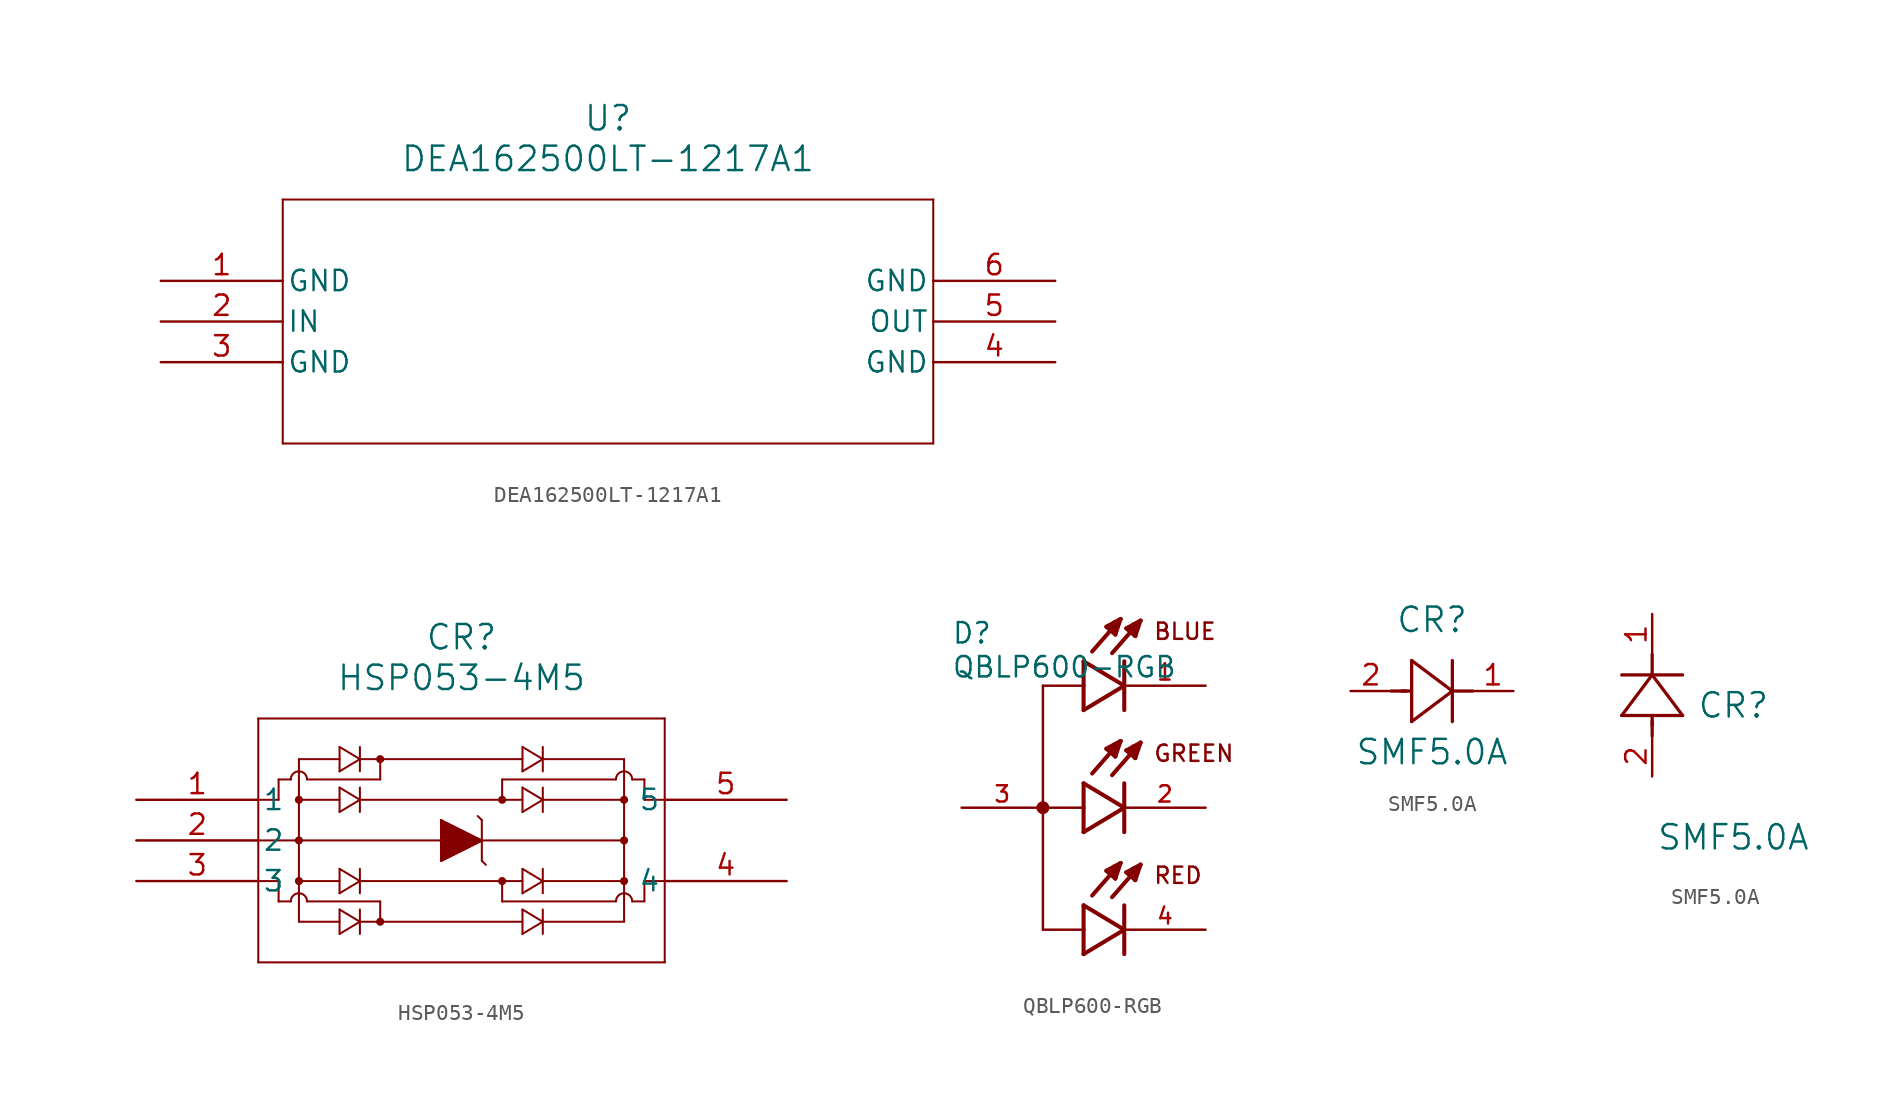
<source format=kicad_sym>
(kicad_symbol_lib
  (version 20220914)
  (generator kicad_symbol_editor)
  (symbol "DEA162500LT-1217A1"
    (pin_names
      (offset 0.254))
    (property "Reference" "U"
      (at 27.94 10.16 0)
      (effects (font (size 1.524 1.524))))
    (property "Value" "DEA162500LT-1217A1"
      (at 27.94 7.62 0)
      (effects (font (size 1.524 1.524))))
    (property "ki_locked" ""
      (at 0 0 0)
      (effects (font (size 1.27 1.27))))
    (symbol "DEA162500LT-1217A1_0_1"
      (polyline (pts (xy 7.62 -10.16) (xy 48.26 -10.16)) (stroke (width 0.127) (type default)) (fill (type none)))
      (polyline (pts (xy 7.62 5.08) (xy 7.62 -10.16)) (stroke (width 0.127) (type default)) (fill (type none)))
      (polyline (pts (xy 48.26 -10.16) (xy 48.26 5.08)) (stroke (width 0.127) (type default)) (fill (type none)))
      (polyline (pts (xy 48.26 5.08) (xy 7.62 5.08)) (stroke (width 0.127) (type default)) (fill (type none)))
      (pin power_in line (at 0 0 0) (length 7.62) (name "GND" (effects (font (size 1.27 1.27)))) (number "1" (effects (font (size 1.27 1.27)))))
      (pin input line (at 0 -2.54 0) (length 7.62) (name "IN" (effects (font (size 1.27 1.27)))) (number "2" (effects (font (size 1.27 1.27)))))
      (pin power_in line (at 0 -5.08 0) (length 7.62) (name "GND" (effects (font (size 1.27 1.27)))) (number "3" (effects (font (size 1.27 1.27)))))
      (pin power_in line (at 55.88 -5.08 180) (length 7.62) (name "GND" (effects (font (size 1.27 1.27)))) (number "4" (effects (font (size 1.27 1.27)))))
      (pin output line (at 55.88 -2.54 180) (length 7.62) (name "OUT" (effects (font (size 1.27 1.27)))) (number "5" (effects (font (size 1.27 1.27)))))
      (pin power_in line (at 55.88 0 180) (length 7.62) (name "GND" (effects (font (size 1.27 1.27)))) (number "6" (effects (font (size 1.27 1.27)))))))
  (symbol "HSP053-4M5"
    (pin_names
      (offset 0.254))
    (property "Reference" "CR"
      (at 20.32 10.16 0)
      (effects (font (size 1.524 1.524))))
    (property "Value" "HSP053-4M5"
      (at 20.32 7.62 0)
      (effects (font (size 1.524 1.524))))
    (property "ki_locked" ""
      (at 0 0 0)
      (effects (font (size 1.27 1.27))))
    (symbol "HSP053-4M5_0_1"
      (polyline (pts (xy 7.62 -10.16) (xy 33.02 -10.16)) (stroke (width 0.127) (type default)) (fill (type none)))
      (polyline (pts (xy 7.62 -5.08) (xy 8.89 -5.08)) (stroke (width 0.127) (type default)) (fill (type none)))
      (polyline (pts (xy 7.62 -2.54) (xy 30.48 -2.54)) (stroke (width 0.127) (type default)) (fill (type none)))
      (polyline (pts (xy 7.62 0) (xy 8.89 0)) (stroke (width 0.127) (type default)) (fill (type none)))
      (polyline (pts (xy 7.62 5.08) (xy 7.62 -10.16)) (stroke (width 0.127) (type default)) (fill (type none)))
      (polyline (pts (xy 8.89 -6.35) (xy 9.652 -6.35)) (stroke (width 0.127) (type default)) (fill (type none)))
      (polyline (pts (xy 8.89 -5.08) (xy 8.89 -6.35)) (stroke (width 0.127) (type default)) (fill (type none)))
      (polyline (pts (xy 8.89 0) (xy 8.89 1.27)) (stroke (width 0.127) (type default)) (fill (type none)))
      (polyline (pts (xy 8.89 1.27) (xy 9.652 1.27)) (stroke (width 0.127) (type default)) (fill (type none)))
      (polyline (pts (xy 10.16 -5.08) (xy 12.7 -5.08)) (stroke (width 0.127) (type default)) (fill (type none)))
      (polyline (pts (xy 10.16 2.54) (xy 10.16 -7.62)) (stroke (width 0.127) (type default)) (fill (type none)))
      (polyline (pts (xy 10.16 2.54) (xy 12.7 2.54)) (stroke (width 0.127) (type default)) (fill (type none)))
      (polyline (pts (xy 10.668 -6.35) (xy 15.24 -6.35)) (stroke (width 0.127) (type default)) (fill (type none)))
      (polyline (pts (xy 10.668 1.27) (xy 15.24 1.27)) (stroke (width 0.127) (type default)) (fill (type none)))
      (polyline (pts (xy 12.7 -8.382) (xy 13.97 -7.62)) (stroke (width 0.127) (type default)) (fill (type none)))
      (polyline (pts (xy 12.7 -7.62) (xy 10.16 -7.62)) (stroke (width 0.127) (type default)) (fill (type none)))
      (polyline (pts (xy 12.7 -6.858) (xy 12.7 -8.382)) (stroke (width 0.127) (type default)) (fill (type none)))
      (polyline (pts (xy 12.7 -5.842) (xy 13.97 -5.08)) (stroke (width 0.127) (type default)) (fill (type none)))
      (polyline (pts (xy 12.7 -4.318) (xy 12.7 -5.842)) (stroke (width 0.127) (type default)) (fill (type none)))
      (polyline (pts (xy 12.7 -0.762) (xy 13.97 0)) (stroke (width 0.127) (type default)) (fill (type none)))
      (polyline (pts (xy 12.7 0) (xy 10.16 0)) (stroke (width 0.127) (type default)) (fill (type none)))
      (polyline (pts (xy 12.7 0.762) (xy 12.7 -0.762)) (stroke (width 0.127) (type default)) (fill (type none)))
      (polyline (pts (xy 12.7 1.778) (xy 13.97 2.54)) (stroke (width 0.127) (type default)) (fill (type none)))
      (polyline (pts (xy 12.7 3.302) (xy 12.7 1.778)) (stroke (width 0.127) (type default)) (fill (type none)))
      (polyline (pts (xy 13.97 -7.62) (xy 12.7 -6.858)) (stroke (width 0.127) (type default)) (fill (type none)))
      (polyline (pts (xy 13.97 -7.62) (xy 24.13 -7.62)) (stroke (width 0.127) (type default)) (fill (type none)))
      (polyline (pts (xy 13.97 -6.858) (xy 13.97 -8.382)) (stroke (width 0.127) (type default)) (fill (type none)))
      (polyline (pts (xy 13.97 -5.08) (xy 12.7 -4.318)) (stroke (width 0.127) (type default)) (fill (type none)))
      (polyline (pts (xy 13.97 -5.08) (xy 24.13 -5.08)) (stroke (width 0.127) (type default)) (fill (type none)))
      (polyline (pts (xy 13.97 -4.318) (xy 13.97 -5.842)) (stroke (width 0.127) (type default)) (fill (type none)))
      (polyline (pts (xy 13.97 0) (xy 12.7 0.762)) (stroke (width 0.127) (type default)) (fill (type none)))
      (polyline (pts (xy 13.97 0) (xy 24.13 0)) (stroke (width 0.127) (type default)) (fill (type none)))
      (polyline (pts (xy 13.97 0.762) (xy 13.97 -0.762)) (stroke (width 0.127) (type default)) (fill (type none)))
      (polyline (pts (xy 13.97 2.54) (xy 12.7 3.302)) (stroke (width 0.127) (type default)) (fill (type none)))
      (polyline (pts (xy 13.97 2.54) (xy 24.13 2.54)) (stroke (width 0.127) (type default)) (fill (type none)))
      (polyline (pts (xy 13.97 3.302) (xy 13.97 1.778)) (stroke (width 0.127) (type default)) (fill (type none)))
      (polyline (pts (xy 15.24 -6.35) (xy 15.24 -7.62)) (stroke (width 0.127) (type default)) (fill (type none)))
      (polyline (pts (xy 15.24 1.27) (xy 15.24 2.54)) (stroke (width 0.127) (type default)) (fill (type none)))
      (polyline (pts (xy 19.05 -3.81) (xy 21.59 -2.54)) (stroke (width 0.127) (type default)) (fill (type none)))
      (polyline (pts (xy 19.05 -1.27) (xy 19.05 -3.81)) (stroke (width 0.127) (type default)) (fill (type none)))
      (polyline (pts (xy 21.59 -3.81) (xy 21.844 -4.064)) (stroke (width 0.127) (type default)) (fill (type none)))
      (polyline (pts (xy 21.59 -2.54) (xy 19.05 -1.27)) (stroke (width 0.127) (type default)) (fill (type none)))
      (polyline (pts (xy 21.59 -1.27) (xy 21.336 -1.016)) (stroke (width 0.127) (type default)) (fill (type none)))
      (polyline (pts (xy 21.59 -1.27) (xy 21.59 -3.81)) (stroke (width 0.127) (type default)) (fill (type none)))
      (polyline (pts (xy 22.86 -6.35) (xy 22.86 -5.08)) (stroke (width 0.127) (type default)) (fill (type none)))
      (polyline (pts (xy 22.86 -6.35) (xy 29.972 -6.35)) (stroke (width 0.127) (type default)) (fill (type none)))
      (polyline (pts (xy 22.86 1.27) (xy 22.86 0)) (stroke (width 0.127) (type default)) (fill (type none)))
      (polyline (pts (xy 22.86 1.27) (xy 29.972 1.27)) (stroke (width 0.127) (type default)) (fill (type none)))
      (polyline (pts (xy 24.13 -8.382) (xy 24.13 -6.858)) (stroke (width 0.127) (type default)) (fill (type none)))
      (polyline (pts (xy 24.13 -6.858) (xy 25.4 -7.62)) (stroke (width 0.127) (type default)) (fill (type none)))
      (polyline (pts (xy 24.13 -5.842) (xy 24.13 -4.318)) (stroke (width 0.127) (type default)) (fill (type none)))
      (polyline (pts (xy 24.13 -4.318) (xy 25.4 -5.08)) (stroke (width 0.127) (type default)) (fill (type none)))
      (polyline (pts (xy 24.13 -0.762) (xy 24.13 0.762)) (stroke (width 0.127) (type default)) (fill (type none)))
      (polyline (pts (xy 24.13 0.762) (xy 25.4 0)) (stroke (width 0.127) (type default)) (fill (type none)))
      (polyline (pts (xy 24.13 1.778) (xy 24.13 3.302)) (stroke (width 0.127) (type default)) (fill (type none)))
      (polyline (pts (xy 24.13 3.302) (xy 25.4 2.54)) (stroke (width 0.127) (type default)) (fill (type none)))
      (polyline (pts (xy 25.4 -8.382) (xy 25.4 -6.858)) (stroke (width 0.127) (type default)) (fill (type none)))
      (polyline (pts (xy 25.4 -7.62) (xy 24.13 -8.382)) (stroke (width 0.127) (type default)) (fill (type none)))
      (polyline (pts (xy 25.4 -7.62) (xy 30.48 -7.62)) (stroke (width 0.127) (type default)) (fill (type none)))
      (polyline (pts (xy 25.4 -5.842) (xy 25.4 -4.318)) (stroke (width 0.127) (type default)) (fill (type none)))
      (polyline (pts (xy 25.4 -5.08) (xy 24.13 -5.842)) (stroke (width 0.127) (type default)) (fill (type none)))
      (polyline (pts (xy 25.4 -5.08) (xy 30.48 -5.08)) (stroke (width 0.127) (type default)) (fill (type none)))
      (polyline (pts (xy 25.4 -0.762) (xy 25.4 0.762)) (stroke (width 0.127) (type default)) (fill (type none)))
      (polyline (pts (xy 25.4 0) (xy 24.13 -0.762)) (stroke (width 0.127) (type default)) (fill (type none)))
      (polyline (pts (xy 25.4 0) (xy 30.48 0)) (stroke (width 0.127) (type default)) (fill (type none)))
      (polyline (pts (xy 25.4 1.778) (xy 25.4 3.302)) (stroke (width 0.127) (type default)) (fill (type none)))
      (polyline (pts (xy 25.4 2.54) (xy 24.13 1.778)) (stroke (width 0.127) (type default)) (fill (type none)))
      (polyline (pts (xy 25.4 2.54) (xy 30.48 2.54)) (stroke (width 0.127) (type default)) (fill (type none)))
      (polyline (pts (xy 30.48 2.54) (xy 30.48 -7.62)) (stroke (width 0.127) (type default)) (fill (type none)))
      (polyline (pts (xy 31.75 -6.35) (xy 30.988 -6.35)) (stroke (width 0.127) (type default)) (fill (type none)))
      (polyline (pts (xy 31.75 -5.08) (xy 31.75 -6.35)) (stroke (width 0.127) (type default)) (fill (type none)))
      (polyline (pts (xy 31.75 0) (xy 31.75 1.27)) (stroke (width 0.127) (type default)) (fill (type none)))
      (polyline (pts (xy 31.75 1.27) (xy 30.988 1.27)) (stroke (width 0.127) (type default)) (fill (type none)))
      (polyline (pts (xy 33.02 -10.16) (xy 33.02 5.08)) (stroke (width 0.127) (type default)) (fill (type none)))
      (polyline (pts (xy 33.02 -5.08) (xy 31.75 -5.08)) (stroke (width 0.127) (type default)) (fill (type none)))
      (polyline (pts (xy 33.02 0) (xy 31.75 0)) (stroke (width 0.127) (type default)) (fill (type none)))
      (polyline (pts (xy 33.02 5.08) (xy 7.62 5.08)) (stroke (width 0.127) (type default)) (fill (type none)))
      (polyline (pts (xy 19.05 -1.27) (xy 19.05 -3.81) (xy 21.59 -2.54)) (stroke (width 0) (type default)) (fill (type outline)))
      (circle (center 10.16 -5.08) (radius 0.127) (stroke (width 0.254) (type default)) (fill (type none)))
      (circle (center 10.16 -2.54) (radius 0.127) (stroke (width 0.254) (type default)) (fill (type none)))
      (circle (center 10.16 0) (radius 0.127) (stroke (width 0.254) (type default)) (fill (type none)))
      (arc (start 10.668 -6.35) (mid 10.16 -5.8442) (end 9.652 -6.35) (stroke (width 0.127) (type default)) (fill (type none)))
      (arc (start 10.668 1.27) (mid 10.16 1.7758) (end 9.652 1.27) (stroke (width 0.127) (type default)) (fill (type none)))
      (circle (center 15.24 -7.62) (radius 0.127) (stroke (width 0.254) (type default)) (fill (type none)))
      (circle (center 15.24 2.54) (radius 0.127) (stroke (width 0.254) (type default)) (fill (type none)))
      (circle (center 22.86 -5.08) (radius 0.127) (stroke (width 0.254) (type default)) (fill (type none)))
      (circle (center 22.86 0) (radius 0.127) (stroke (width 0.254) (type default)) (fill (type none)))
      (circle (center 30.48 -5.08) (radius 0.127) (stroke (width 0.254) (type default)) (fill (type none)))
      (circle (center 30.48 -2.54) (radius 0.127) (stroke (width 0.254) (type default)) (fill (type none)))
      (circle (center 30.48 0) (radius 0.127) (stroke (width 0.254) (type default)) (fill (type none)))
      (arc (start 30.988 -6.35) (mid 30.48 -5.8442) (end 29.972 -6.35) (stroke (width 0.127) (type default)) (fill (type none)))
      (arc (start 30.988 1.27) (mid 30.48 1.7758) (end 29.972 1.27) (stroke (width 0.127) (type default)) (fill (type none)))
      (pin unspecified line (at 0 0 0) (length 7.62) (name "1" (effects (font (size 1.27 1.27)))) (number "1" (effects (font (size 1.27 1.27)))))
      (pin unspecified line (at 0 -2.54 0) (length 7.62) (name "2" (effects (font (size 1.27 1.27)))) (number "2" (effects (font (size 1.27 1.27)))))
      (pin unspecified line (at 0 -5.08 0) (length 7.62) (name "3" (effects (font (size 1.27 1.27)))) (number "3" (effects (font (size 1.27 1.27)))))
      (pin unspecified line (at 40.64 -5.08 180) (length 7.62) (name "4" (effects (font (size 1.27 1.27)))) (number "4" (effects (font (size 1.27 1.27)))))
      (pin unspecified line (at 40.64 0 180) (length 7.62) (name "5" (effects (font (size 1.27 1.27)))) (number "5" (effects (font (size 1.27 1.27)))))))
  (symbol "QBLP600-RGB"
    (pin_names
      (offset 1.016))
    (property "Reference" "D"
      (at -8.255 10.16 0)
      (effects (font (size 1.27 1.27)) (justify left bottom)))
    (property "Value" "QBLP600-RGB"
      (at -8.255 9.525 0)
      (effects (font (size 1.27 1.27)) (justify left top)))
    (symbol "QBLP600-RGB_0_0"
      (circle (center -2.54 0) (radius 0.203) (stroke (width 0.406) (type default)) (fill (type none)))
      (polyline (pts (xy -2.54 -7.62) (xy 0 -7.62)) (stroke (width 0.152) (type default)) (fill (type none)))
      (polyline (pts (xy -2.54 0) (xy -2.54 -7.62)) (stroke (width 0.152) (type default)) (fill (type none)))
      (polyline (pts (xy -2.54 7.62) (xy -2.54 0)) (stroke (width 0.152) (type default)) (fill (type none)))
      (polyline (pts (xy 0 -9.144) (xy 2.54 -7.62)) (stroke (width 0.254) (type default)) (fill (type none)))
      (polyline (pts (xy 0 -7.62) (xy 0 -9.144)) (stroke (width 0.254) (type default)) (fill (type none)))
      (polyline (pts (xy 0 -6.096) (xy 0 -7.62)) (stroke (width 0.254) (type default)) (fill (type none)))
      (polyline (pts (xy 0 -1.524) (xy 2.54 0)) (stroke (width 0.254) (type default)) (fill (type none)))
      (polyline (pts (xy 0 0) (xy -2.54 0)) (stroke (width 0.152) (type default)) (fill (type none)))
      (polyline (pts (xy 0 0) (xy 0 -1.524)) (stroke (width 0.254) (type default)) (fill (type none)))
      (polyline (pts (xy 0 1.524) (xy 0 0)) (stroke (width 0.254) (type default)) (fill (type none)))
      (polyline (pts (xy 0 6.096) (xy 2.54 7.62)) (stroke (width 0.254) (type default)) (fill (type none)))
      (polyline (pts (xy 0 7.62) (xy -2.54 7.62)) (stroke (width 0.152) (type default)) (fill (type none)))
      (polyline (pts (xy 0 7.62) (xy 0 6.096)) (stroke (width 0.254) (type default)) (fill (type none)))
      (polyline (pts (xy 0 9.144) (xy 0 7.62)) (stroke (width 0.254) (type default)) (fill (type none)))
      (polyline (pts (xy 1.422 -3.937) (xy 2.311 -3.454)) (stroke (width 0.254) (type default)) (fill (type none)))
      (polyline (pts (xy 1.422 3.683) (xy 2.311 4.166)) (stroke (width 0.254) (type default)) (fill (type none)))
      (polyline (pts (xy 1.422 11.303) (xy 2.311 11.786)) (stroke (width 0.254) (type default)) (fill (type none)))
      (polyline (pts (xy 1.6 -4.013) (xy 1.829 -3.861)) (stroke (width 0.254) (type default)) (fill (type none)))
      (polyline (pts (xy 1.6 3.607) (xy 1.829 3.759)) (stroke (width 0.254) (type default)) (fill (type none)))
      (polyline (pts (xy 1.6 11.227) (xy 1.829 11.379)) (stroke (width 0.254) (type default)) (fill (type none)))
      (polyline (pts (xy 1.981 -4.42) (xy 1.422 -3.937)) (stroke (width 0.254) (type default)) (fill (type none)))
      (polyline (pts (xy 1.981 -4.42) (xy 2.007 -3.683)) (stroke (width 0.254) (type default)) (fill (type none)))
      (polyline (pts (xy 1.981 3.2) (xy 1.422 3.683)) (stroke (width 0.254) (type default)) (fill (type none)))
      (polyline (pts (xy 1.981 3.2) (xy 2.007 3.937)) (stroke (width 0.254) (type default)) (fill (type none)))
      (polyline (pts (xy 1.981 10.82) (xy 1.422 11.303)) (stroke (width 0.254) (type default)) (fill (type none)))
      (polyline (pts (xy 1.981 10.82) (xy 2.007 11.557)) (stroke (width 0.254) (type default)) (fill (type none)))
      (polyline (pts (xy 2.007 -3.683) (xy 1.88 -3.683)) (stroke (width 0.254) (type default)) (fill (type none)))
      (polyline (pts (xy 2.007 3.937) (xy 1.88 3.937)) (stroke (width 0.254) (type default)) (fill (type none)))
      (polyline (pts (xy 2.007 11.557) (xy 1.88 11.557)) (stroke (width 0.254) (type default)) (fill (type none)))
      (polyline (pts (xy 2.311 -3.454) (xy 0.533 -5.486)) (stroke (width 0.254) (type default)) (fill (type none)))
      (polyline (pts (xy 2.311 -3.454) (xy 1.981 -4.42)) (stroke (width 0.254) (type default)) (fill (type none)))
      (polyline (pts (xy 2.311 4.166) (xy 0.533 2.134)) (stroke (width 0.254) (type default)) (fill (type none)))
      (polyline (pts (xy 2.311 4.166) (xy 1.981 3.2)) (stroke (width 0.254) (type default)) (fill (type none)))
      (polyline (pts (xy 2.311 11.786) (xy 0.533 9.754)) (stroke (width 0.254) (type default)) (fill (type none)))
      (polyline (pts (xy 2.311 11.786) (xy 1.981 10.82)) (stroke (width 0.254) (type default)) (fill (type none)))
      (polyline (pts (xy 2.54 -7.62) (xy 0 -6.096)) (stroke (width 0.254) (type default)) (fill (type none)))
      (polyline (pts (xy 2.54 -6.096) (xy 2.54 -9.144)) (stroke (width 0.254) (type default)) (fill (type none)))
      (polyline (pts (xy 2.54 0) (xy 0 1.524)) (stroke (width 0.254) (type default)) (fill (type none)))
      (polyline (pts (xy 2.54 1.524) (xy 2.54 -1.524)) (stroke (width 0.254) (type default)) (fill (type none)))
      (polyline (pts (xy 2.54 7.62) (xy 0 9.144)) (stroke (width 0.254) (type default)) (fill (type none)))
      (polyline (pts (xy 2.54 9.144) (xy 2.54 6.096)) (stroke (width 0.254) (type default)) (fill (type none)))
      (polyline (pts (xy 2.667 -4.039) (xy 3.556 -3.556)) (stroke (width 0.254) (type default)) (fill (type none)))
      (polyline (pts (xy 2.667 3.581) (xy 3.556 4.064)) (stroke (width 0.254) (type default)) (fill (type none)))
      (polyline (pts (xy 2.667 11.201) (xy 3.556 11.684)) (stroke (width 0.254) (type default)) (fill (type none)))
      (polyline (pts (xy 2.845 -4.115) (xy 3.073 -3.962)) (stroke (width 0.254) (type default)) (fill (type none)))
      (polyline (pts (xy 2.845 3.505) (xy 3.073 3.658)) (stroke (width 0.254) (type default)) (fill (type none)))
      (polyline (pts (xy 2.845 11.125) (xy 3.073 11.278)) (stroke (width 0.254) (type default)) (fill (type none)))
      (polyline (pts (xy 3.226 -4.521) (xy 2.667 -4.039)) (stroke (width 0.254) (type default)) (fill (type none)))
      (polyline (pts (xy 3.226 -4.521) (xy 3.251 -3.785)) (stroke (width 0.254) (type default)) (fill (type none)))
      (polyline (pts (xy 3.226 3.099) (xy 2.667 3.581)) (stroke (width 0.254) (type default)) (fill (type none)))
      (polyline (pts (xy 3.226 3.099) (xy 3.251 3.835)) (stroke (width 0.254) (type default)) (fill (type none)))
      (polyline (pts (xy 3.226 10.719) (xy 2.667 11.201)) (stroke (width 0.254) (type default)) (fill (type none)))
      (polyline (pts (xy 3.226 10.719) (xy 3.251 11.455)) (stroke (width 0.254) (type default)) (fill (type none)))
      (polyline (pts (xy 3.251 -3.785) (xy 3.124 -3.785)) (stroke (width 0.254) (type default)) (fill (type none)))
      (polyline (pts (xy 3.251 3.835) (xy 3.124 3.835)) (stroke (width 0.254) (type default)) (fill (type none)))
      (polyline (pts (xy 3.251 11.455) (xy 3.124 11.455)) (stroke (width 0.254) (type default)) (fill (type none)))
      (polyline (pts (xy 3.556 -3.556) (xy 1.778 -5.588)) (stroke (width 0.254) (type default)) (fill (type none)))
      (polyline (pts (xy 3.556 -3.556) (xy 3.226 -4.521)) (stroke (width 0.254) (type default)) (fill (type none)))
      (polyline (pts (xy 3.556 4.064) (xy 1.778 2.032)) (stroke (width 0.254) (type default)) (fill (type none)))
      (polyline (pts (xy 3.556 4.064) (xy 3.226 3.099)) (stroke (width 0.254) (type default)) (fill (type none)))
      (polyline (pts (xy 3.556 11.684) (xy 1.778 9.652)) (stroke (width 0.254) (type default)) (fill (type none)))
      (polyline (pts (xy 3.556 11.684) (xy 3.226 10.719)) (stroke (width 0.254) (type default)) (fill (type none)))
      (text "BLUE" (at 4.318 10.414 0) (effects (font (size 1.016 1.016)) (justify left bottom)))
      (text "GREEN" (at 4.318 2.794 0) (effects (font (size 1.016 1.016)) (justify left bottom)))
      (text "RED" (at 4.318 -4.826 0) (effects (font (size 1.016 1.016)) (justify left bottom)))
      (pin passive line (at 7.62 7.62 180) (length 5.08) (name "~" (effects (font (size 1.016 1.016)))) (number "1" (effects (font (size 1.016 1.016)))))
      (pin passive line (at 7.62 0 180) (length 5.08) (name "~" (effects (font (size 1.016 1.016)))) (number "2" (effects (font (size 1.016 1.016)))))
      (pin passive line (at -7.62 0 0) (length 5.08) (name "~" (effects (font (size 1.016 1.016)))) (number "3" (effects (font (size 1.016 1.016)))))
      (pin passive line (at 7.62 -7.62 180) (length 5.08) (name "~" (effects (font (size 1.016 1.016)))) (number "4" (effects (font (size 1.016 1.016)))))))
  (symbol "SMF5.0A"
    (pin_names
      (offset 0.254))
    (property "Reference" "CR"
      (at 5.08 4.445 0)
      (effects (font (size 1.524 1.524))))
    (property "Value" "SMF5.0A"
      (at 5.08 -3.81 0)
      (effects (font (size 1.524 1.524))))
    (property "ki_locked" ""
      (at 0 0 0)
      (effects (font (size 1.27 1.27))))
    (symbol "SMF5.0A_1_1"
      (polyline (pts (xy 2.54 0) (xy 3.48 0)) (stroke (width 0.203) (type default)) (fill (type none)))
      (polyline (pts (xy 3.175 0) (xy 3.81 0)) (stroke (width 0.203) (type default)) (fill (type none)))
      (polyline (pts (xy 3.81 -1.905) (xy 6.35 0)) (stroke (width 0.203) (type default)) (fill (type none)))
      (polyline (pts (xy 3.81 1.905) (xy 3.81 -1.905)) (stroke (width 0.203) (type default)) (fill (type none)))
      (polyline (pts (xy 6.35 -1.905) (xy 6.35 1.905)) (stroke (width 0.203) (type default)) (fill (type none)))
      (polyline (pts (xy 6.35 0) (xy 3.81 1.905)) (stroke (width 0.203) (type default)) (fill (type none)))
      (polyline (pts (xy 6.35 0) (xy 7.62 0)) (stroke (width 0.203) (type default)) (fill (type none)))
      (pin unspecified line (at 10.16 0 180) (length 2.54) (name "" (effects (font (size 1.27 1.27)))) (number "1" (effects (font (size 1.27 1.27)))))
      (pin unspecified line (at 0 0 0) (length 2.54) (name "" (effects (font (size 1.27 1.27)))) (number "2" (effects (font (size 1.27 1.27))))))
    (symbol "SMF5.0A_1_2"
      (polyline (pts (xy -1.905 3.81) (xy 1.905 3.81)) (stroke (width 0.203) (type default)) (fill (type none)))
      (polyline (pts (xy 0 2.54) (xy 0 3.48)) (stroke (width 0.203) (type default)) (fill (type none)))
      (polyline (pts (xy 0 3.175) (xy 0 3.81)) (stroke (width 0.203) (type default)) (fill (type none)))
      (polyline (pts (xy 0 6.35) (xy -1.905 3.81)) (stroke (width 0.203) (type default)) (fill (type none)))
      (polyline (pts (xy 0 6.35) (xy 0 7.62)) (stroke (width 0.203) (type default)) (fill (type none)))
      (polyline (pts (xy 1.905 3.81) (xy 0 6.35)) (stroke (width 0.203) (type default)) (fill (type none)))
      (polyline (pts (xy 1.905 6.35) (xy -1.905 6.35)) (stroke (width 0.203) (type default)) (fill (type none)))
      (pin unspecified line (at 0 10.16 270) (length 2.54) (name "" (effects (font (size 1.27 1.27)))) (number "1" (effects (font (size 1.27 1.27)))))
      (pin unspecified line (at 0 0 90) (length 2.54) (name "" (effects (font (size 1.27 1.27)))) (number "2" (effects (font (size 1.27 1.27))))))))
</source>
